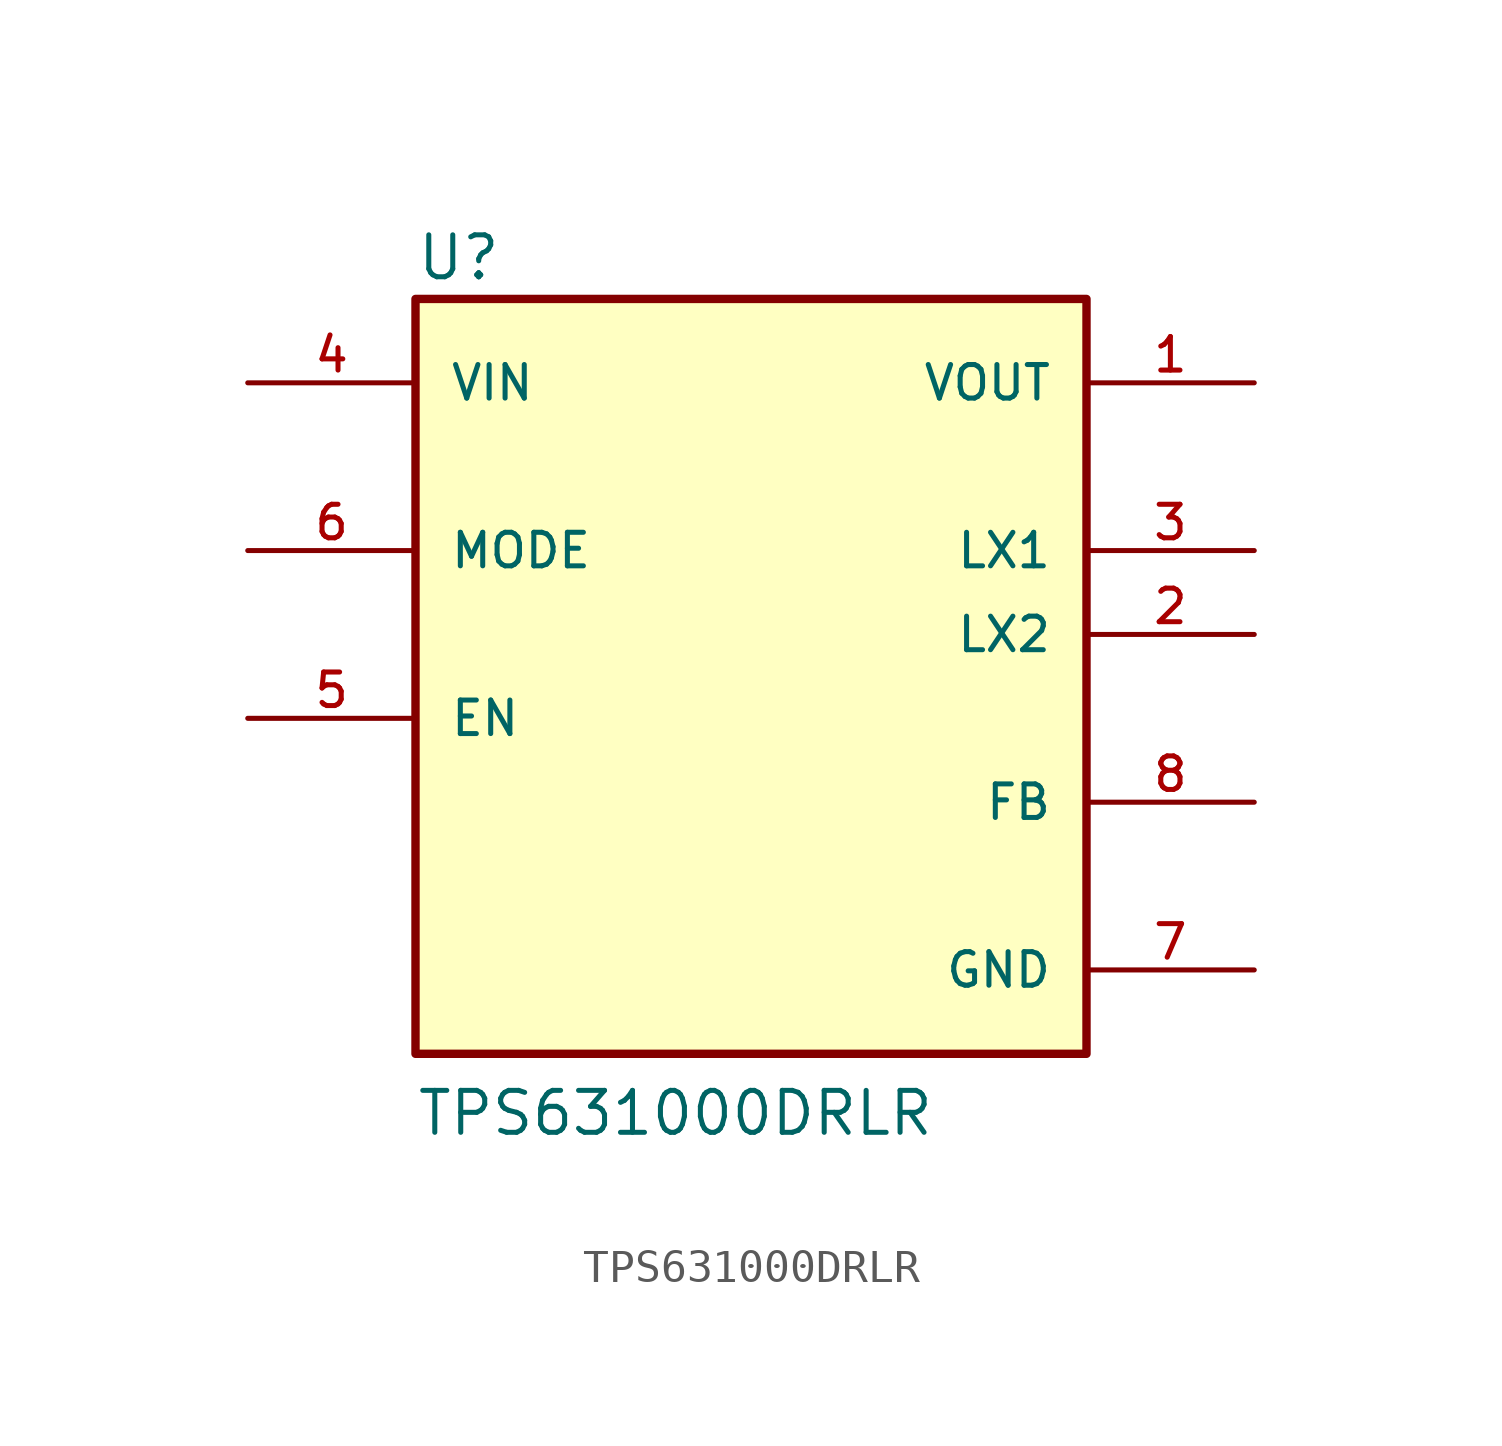
<source format=kicad_sym>
(kicad_symbol_lib
  (version 20211014)
  (generator kicad_symbol_editor)
  (symbol "TPS631000DRLR"
    (pin_names
      (offset 1.016))
    (property "Reference" "U"
      (at -10.16 13.208 0)
      (effects (font (size 1.27 1.27)) (justify bottom left)))
    (property "Value" "TPS631000DRLR"
      (at -10.16 -12.7 0)
      (effects (font (size 1.27 1.27)) (justify bottom left)))
    (symbol "TPS631000DRLR_0_0"
      (rectangle (start -10.16 -10.16) (end 10.16 12.7) (stroke (width 0.254)) (fill (type background)))
      (pin input line (at -15.24 10.16 0) (length 5.08) (name "VIN" (effects (font (size 1.016 1.016)))) (number "4" (effects (font (size 1.016 1.016)))))
      (pin output line (at 15.24 10.16 180.0) (length 5.08) (name "VOUT" (effects (font (size 1.016 1.016)))) (number "1" (effects (font (size 1.016 1.016)))))
      (pin output line (at 15.24 5.08 180.0) (length 5.08) (name "LX1" (effects (font (size 1.016 1.016)))) (number "3" (effects (font (size 1.016 1.016)))))
      (pin output line (at 15.24 2.54 180.0) (length 5.08) (name "LX2" (effects (font (size 1.016 1.016)))) (number "2" (effects (font (size 1.016 1.016)))))
      (pin input line (at 15.24 -2.54 180.0) (length 5.08) (name "FB" (effects (font (size 1.016 1.016)))) (number "8" (effects (font (size 1.016 1.016)))))
      (pin input line (at -15.24 5.08 0) (length 5.08) (name "MODE" (effects (font (size 1.016 1.016)))) (number "6" (effects (font (size 1.016 1.016)))))
      (pin input line (at -15.24 0.0 0) (length 5.08) (name "EN" (effects (font (size 1.016 1.016)))) (number "5" (effects (font (size 1.016 1.016)))))
      (pin power_in line (at 15.24 -7.62 180.0) (length 5.08) (name "GND" (effects (font (size 1.016 1.016)))) (number "7" (effects (font (size 1.016 1.016))))))))
</source>
